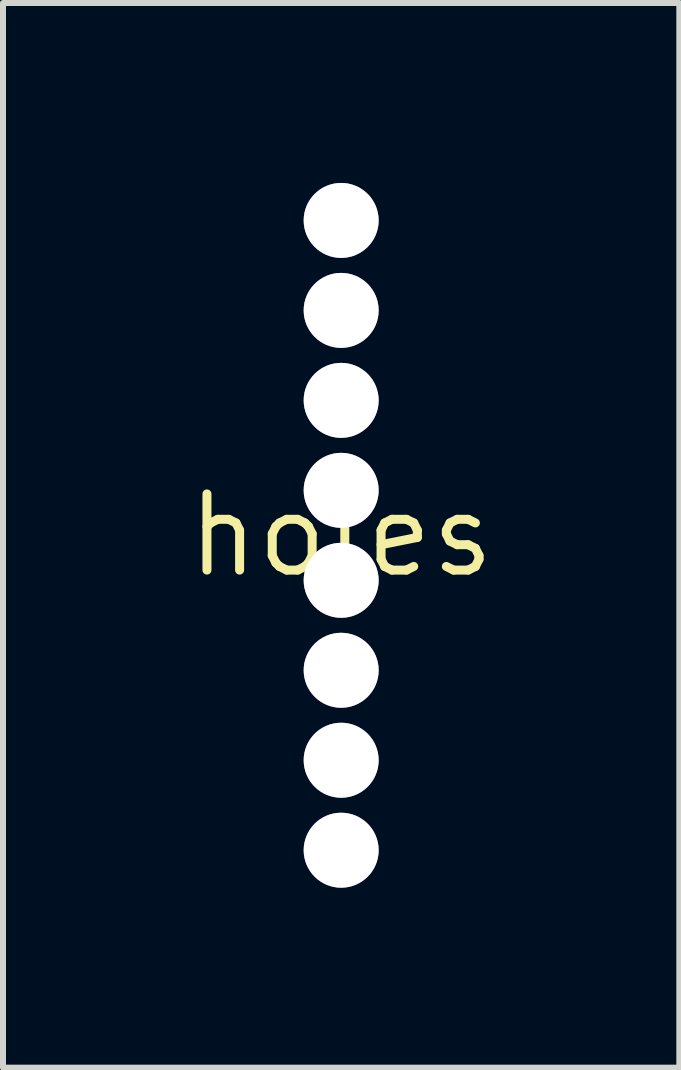
<source format=kicad_pcb>
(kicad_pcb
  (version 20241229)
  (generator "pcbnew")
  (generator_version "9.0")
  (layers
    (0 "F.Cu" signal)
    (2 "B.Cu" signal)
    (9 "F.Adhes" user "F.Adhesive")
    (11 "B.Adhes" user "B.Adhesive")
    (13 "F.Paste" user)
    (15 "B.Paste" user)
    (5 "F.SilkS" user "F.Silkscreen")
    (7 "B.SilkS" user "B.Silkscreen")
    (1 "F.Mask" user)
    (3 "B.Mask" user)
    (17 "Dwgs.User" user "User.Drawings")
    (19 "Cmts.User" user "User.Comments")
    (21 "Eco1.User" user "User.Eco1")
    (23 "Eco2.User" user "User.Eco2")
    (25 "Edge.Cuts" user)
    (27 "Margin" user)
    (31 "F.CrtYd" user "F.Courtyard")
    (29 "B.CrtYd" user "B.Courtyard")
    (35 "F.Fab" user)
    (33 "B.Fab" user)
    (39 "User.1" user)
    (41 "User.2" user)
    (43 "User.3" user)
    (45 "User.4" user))
  (footprint "holes"
    (layer "F.Cu")
    (at 2.638 5.875)
    (property "Reference" "holes" (at 0 0 0) (layer "F.SilkS") (effects (font (size 1.27 1.27) (thickness 0.15))))
    (attr through_hole)
    (pad "" thru_hole circle (at 0 -5.25) (size 1.25 1.25) (drill 1.25) (layers "*.Cu" "*.Mask"))
    (pad "" thru_hole circle (at 0 -3.75) (size 1.25 1.25) (drill 1.25) (layers "*.Cu" "*.Mask"))
    (pad "" thru_hole circle (at 0 -2.25) (size 1.25 1.25) (drill 1.25) (layers "*.Cu" "*.Mask"))
    (pad "" thru_hole circle (at 0 -0.75) (size 1.25 1.25) (drill 1.25) (layers "*.Cu" "*.Mask"))
    (pad "" thru_hole circle (at 0 0.75) (size 1.25 1.25) (drill 1.25) (layers "*.Cu" "*.Mask"))
    (pad "" thru_hole circle (at 0 2.25) (size 1.25 1.25) (drill 1.25) (layers "*.Cu" "*.Mask"))
    (pad "" thru_hole circle (at 0 3.75) (size 1.25 1.25) (drill 1.25) (layers "*.Cu" "*.Mask"))
    (pad "" thru_hole circle (at 0 5.25) (size 1.25 1.25) (drill 1.25) (layers "*.Cu" "*.Mask")))
  (gr_rect
    (start -3 -3)
    (end 8.276 14.75)
    (stroke (width 0.1) (type default))
    (fill no)
    (layer "Edge.Cuts")))
</source>
